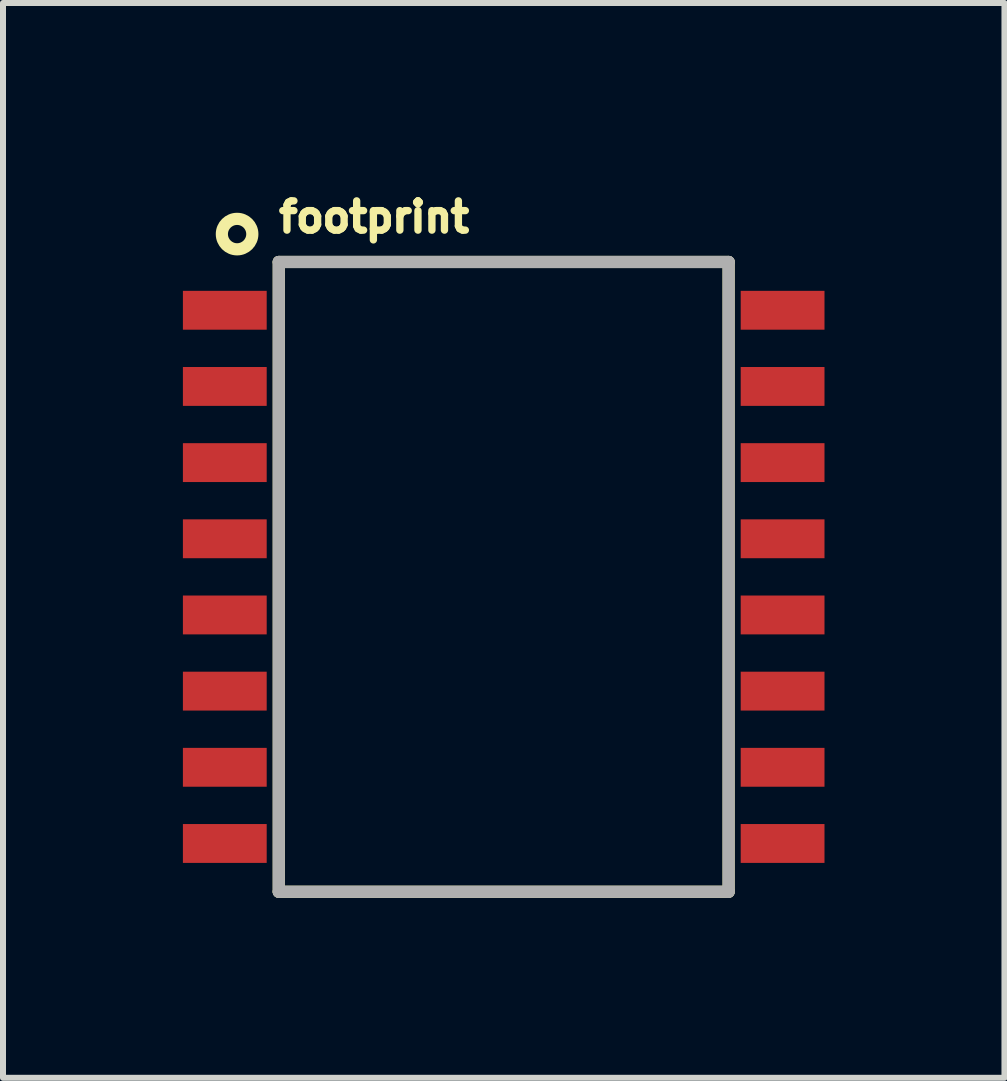
<source format=kicad_pcb>
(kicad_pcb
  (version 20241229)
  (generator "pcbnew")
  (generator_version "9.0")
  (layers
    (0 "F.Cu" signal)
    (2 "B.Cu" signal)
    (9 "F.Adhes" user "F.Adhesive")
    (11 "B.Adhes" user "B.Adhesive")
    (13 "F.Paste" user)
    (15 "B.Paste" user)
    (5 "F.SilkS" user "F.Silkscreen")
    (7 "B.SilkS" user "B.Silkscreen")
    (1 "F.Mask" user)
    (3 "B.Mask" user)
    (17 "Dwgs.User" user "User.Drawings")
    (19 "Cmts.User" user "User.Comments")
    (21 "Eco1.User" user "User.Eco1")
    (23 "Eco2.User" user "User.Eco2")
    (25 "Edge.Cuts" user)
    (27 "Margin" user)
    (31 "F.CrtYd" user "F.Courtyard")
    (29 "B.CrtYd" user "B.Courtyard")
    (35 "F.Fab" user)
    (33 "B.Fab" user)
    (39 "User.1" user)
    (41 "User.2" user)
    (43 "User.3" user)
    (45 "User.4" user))
  (footprint "footprint"
    (layer "F.Cu")
    (at 5.348 6.568)
    (property "Reference" "footprint" (at -3.81 -5.715 0) (layer "F.SilkS") (effects (font (size 0.488 0.488) (thickness 0.122)) (justify left bottom)))
    (fp_line (start -3.75 -5.25) (end -3.75 5.25) (stroke (width 0.203) (type solid)) (layer "F.SilkS"))
    (fp_line (start -3.75 5.25) (end 3.75 5.25) (stroke (width 0.203) (type solid)) (layer "F.SilkS"))
    (fp_line (start 3.75 -5.25) (end -3.75 -5.25) (stroke (width 0.203) (type solid)) (layer "F.SilkS"))
    (fp_line (start 3.75 5.25) (end 3.75 -5.25) (stroke (width 0.203) (type solid)) (layer "F.SilkS"))
    (fp_circle (center -4.445 -5.715) (end -4.191 -5.715) (stroke (width 0.203) (type solid)) (fill no) (layer "F.SilkS"))
    (fp_line (start -3.75 -5.25) (end -3.75 5.25) (stroke (width 0.203) (type solid)) (layer "F.Fab"))
    (fp_line (start -3.75 5.25) (end 3.75 5.25) (stroke (width 0.203) (type solid)) (layer "F.Fab"))
    (fp_line (start 3.75 -5.25) (end -3.75 -5.25) (stroke (width 0.203) (type solid)) (layer "F.Fab"))
    (fp_line (start 3.75 5.25) (end 3.75 -5.25) (stroke (width 0.203) (type solid)) (layer "F.Fab"))
    (pad "1" smd rect (at -4.65 -4.445) (size 1.397 0.648) (layers "F.Cu" "F.Mask" "F.Paste"))
    (pad "2" smd rect (at -4.65 -3.175) (size 1.397 0.648) (layers "F.Cu" "F.Mask" "F.Paste"))
    (pad "3" smd rect (at -4.65 -1.905) (size 1.397 0.648) (layers "F.Cu" "F.Mask" "F.Paste"))
    (pad "4" smd rect (at -4.65 -0.635) (size 1.397 0.648) (layers "F.Cu" "F.Mask" "F.Paste"))
    (pad "5" smd rect (at -4.65 0.635) (size 1.397 0.648) (layers "F.Cu" "F.Mask" "F.Paste"))
    (pad "6" smd rect (at -4.65 1.905) (size 1.397 0.648) (layers "F.Cu" "F.Mask" "F.Paste"))
    (pad "7" smd rect (at -4.65 3.175) (size 1.397 0.648) (layers "F.Cu" "F.Mask" "F.Paste"))
    (pad "8" smd rect (at -4.65 4.445) (size 1.397 0.648) (layers "F.Cu" "F.Mask" "F.Paste"))
    (pad "9" smd rect (at 4.65 4.445) (size 1.397 0.648) (layers "F.Cu" "F.Mask" "F.Paste"))
    (pad "10" smd rect (at 4.65 3.175) (size 1.397 0.648) (layers "F.Cu" "F.Mask" "F.Paste"))
    (pad "11" smd rect (at 4.65 1.905) (size 1.397 0.648) (layers "F.Cu" "F.Mask" "F.Paste"))
    (pad "12" smd rect (at 4.65 0.635) (size 1.397 0.648) (layers "F.Cu" "F.Mask" "F.Paste"))
    (pad "13" smd rect (at 4.65 -0.635) (size 1.397 0.648) (layers "F.Cu" "F.Mask" "F.Paste"))
    (pad "14" smd rect (at 4.65 -1.905) (size 1.397 0.648) (layers "F.Cu" "F.Mask" "F.Paste"))
    (pad "15" smd rect (at 4.65 -3.175) (size 1.397 0.648) (layers "F.Cu" "F.Mask" "F.Paste"))
    (pad "16" smd rect (at 4.65 -4.445) (size 1.397 0.648) (layers "F.Cu" "F.Mask" "F.Paste")))
  (gr_rect
    (start -3 -3)
    (end 13.697 14.92)
    (stroke (width 0.1) (type default))
    (fill no)
    (layer "Edge.Cuts")))
</source>
